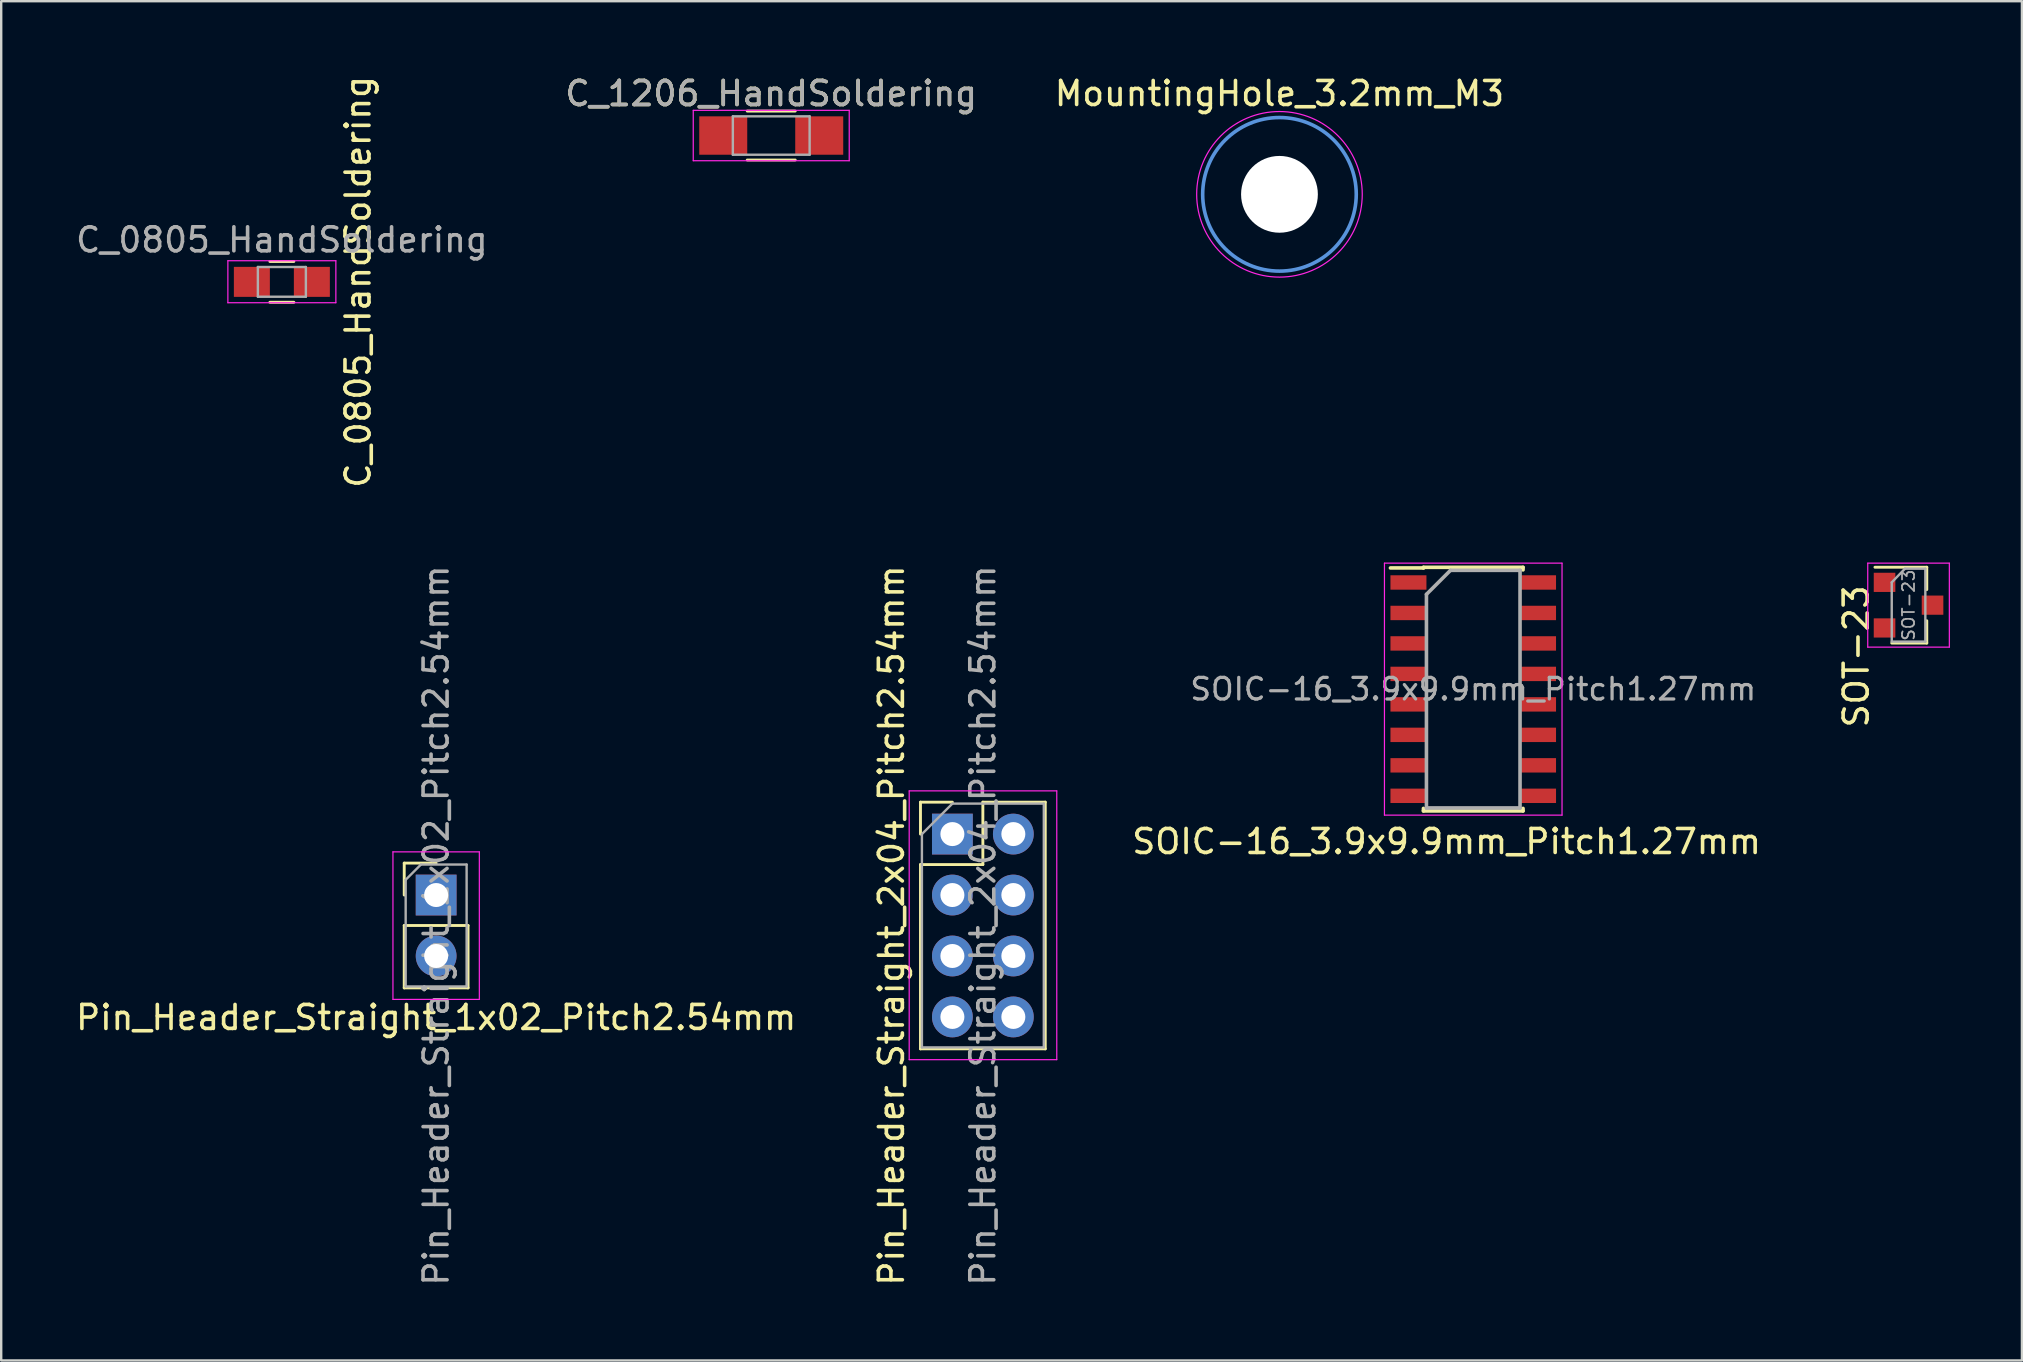
<source format=kicad_pcb>
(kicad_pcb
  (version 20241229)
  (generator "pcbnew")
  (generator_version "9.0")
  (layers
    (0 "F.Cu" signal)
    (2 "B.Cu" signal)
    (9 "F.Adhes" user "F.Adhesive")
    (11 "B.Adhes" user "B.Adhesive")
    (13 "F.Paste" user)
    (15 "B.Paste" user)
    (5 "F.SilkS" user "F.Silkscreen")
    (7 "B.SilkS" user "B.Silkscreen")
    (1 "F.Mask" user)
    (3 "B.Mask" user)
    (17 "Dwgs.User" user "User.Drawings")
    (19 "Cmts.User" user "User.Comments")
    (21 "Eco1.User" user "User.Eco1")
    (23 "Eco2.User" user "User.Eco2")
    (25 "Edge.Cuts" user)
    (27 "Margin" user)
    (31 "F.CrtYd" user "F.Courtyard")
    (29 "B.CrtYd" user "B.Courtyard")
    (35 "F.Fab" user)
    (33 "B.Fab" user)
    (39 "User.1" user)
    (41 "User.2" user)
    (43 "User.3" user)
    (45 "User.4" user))
  (footprint "Pin_Header_Straight_1x02_Pitch2.54mm"
    (layer "F.Cu")
    (at 15.125 34.248)
    (property "Reference" "Pin_Header_Straight_1x02_Pitch2.54mm" (at 0 5.104 0) (layer "F.SilkS") (effects (font (size 1 1) (thickness 0.15))))
    (attr through_hole)
    (fp_line (start -1.33 -1.33) (end 0 -1.33) (stroke (width 0.12) (type solid)) (layer "F.SilkS"))
    (fp_line (start -1.33 0) (end -1.33 -1.33) (stroke (width 0.12) (type solid)) (layer "F.SilkS"))
    (fp_line (start -1.33 1.27) (end -1.33 3.87) (stroke (width 0.12) (type solid)) (layer "F.SilkS"))
    (fp_line (start -1.33 1.27) (end 1.33 1.27) (stroke (width 0.12) (type solid)) (layer "F.SilkS"))
    (fp_line (start -1.33 3.87) (end 1.33 3.87) (stroke (width 0.12) (type solid)) (layer "F.SilkS"))
    (fp_line (start 1.33 1.27) (end 1.33 3.87) (stroke (width 0.12) (type solid)) (layer "F.SilkS"))
    (fp_line (start -1.8 -1.8) (end -1.8 4.35) (stroke (width 0.05) (type solid)) (layer "F.CrtYd"))
    (fp_line (start -1.8 4.35) (end 1.8 4.35) (stroke (width 0.05) (type solid)) (layer "F.CrtYd"))
    (fp_line (start 1.8 -1.8) (end -1.8 -1.8) (stroke (width 0.05) (type solid)) (layer "F.CrtYd"))
    (fp_line (start 1.8 4.35) (end 1.8 -1.8) (stroke (width 0.05) (type solid)) (layer "F.CrtYd"))
    (fp_line (start -1.27 -0.635) (end -0.635 -1.27) (stroke (width 0.1) (type solid)) (layer "F.Fab"))
    (fp_line (start -1.27 3.81) (end -1.27 -0.635) (stroke (width 0.1) (type solid)) (layer "F.Fab"))
    (fp_line (start -0.635 -1.27) (end 1.27 -1.27) (stroke (width 0.1) (type solid)) (layer "F.Fab"))
    (fp_line (start 1.27 -1.27) (end 1.27 3.81) (stroke (width 0.1) (type solid)) (layer "F.Fab"))
    (fp_line (start 1.27 3.81) (end -1.27 3.81) (stroke (width 0.1) (type solid)) (layer "F.Fab"))
    (fp_text user "${REFERENCE}" (at 0 1.27 90) (layer "F.Fab") (effects (font (size 1 1) (thickness 0.15))))
    (pad "1" thru_hole rect (at 0 0) (size 1.7 1.7) (drill 1) (layers "*.Cu" "*.Mask"))
    (pad "2" thru_hole oval (at 0 2.54) (size 1.7 1.7) (drill 1) (layers "*.Cu" "*.Mask")))
  (footprint "SOIC-16_3.9x9.9mm_Pitch1.27mm"
    (layer "F.Cu")
    (at 58.343 25.668)
    (property "Reference" "SOIC-16_3.9x9.9mm_Pitch1.27mm" (at -1.11 6.35 0) (layer "F.SilkS") (effects (font (size 1 1) (thickness 0.15))))
    (attr smd)
    (fp_line (start -2.075 -5.075) (end -2.075 -5.05) (stroke (width 0.15) (type solid)) (layer "F.SilkS"))
    (fp_line (start -2.075 -5.075) (end 2.075 -5.075) (stroke (width 0.15) (type solid)) (layer "F.SilkS"))
    (fp_line (start -2.075 -5.05) (end -3.45 -5.05) (stroke (width 0.15) (type solid)) (layer "F.SilkS"))
    (fp_line (start -2.075 5.075) (end -2.075 4.97) (stroke (width 0.15) (type solid)) (layer "F.SilkS"))
    (fp_line (start -2.075 5.075) (end 2.075 5.075) (stroke (width 0.15) (type solid)) (layer "F.SilkS"))
    (fp_line (start 2.075 -5.075) (end 2.075 -4.97) (stroke (width 0.15) (type solid)) (layer "F.SilkS"))
    (fp_line (start 2.075 5.075) (end 2.075 4.97) (stroke (width 0.15) (type solid)) (layer "F.SilkS"))
    (fp_line (start -3.7 -5.25) (end -3.7 5.25) (stroke (width 0.05) (type solid)) (layer "F.CrtYd"))
    (fp_line (start -3.7 -5.25) (end 3.7 -5.25) (stroke (width 0.05) (type solid)) (layer "F.CrtYd"))
    (fp_line (start -3.7 5.25) (end 3.7 5.25) (stroke (width 0.05) (type solid)) (layer "F.CrtYd"))
    (fp_line (start 3.7 -5.25) (end 3.7 5.25) (stroke (width 0.05) (type solid)) (layer "F.CrtYd"))
    (fp_line (start -1.95 -3.95) (end -0.95 -4.95) (stroke (width 0.15) (type solid)) (layer "F.Fab"))
    (fp_line (start -1.95 4.95) (end -1.95 -3.95) (stroke (width 0.15) (type solid)) (layer "F.Fab"))
    (fp_line (start -0.95 -4.95) (end 1.95 -4.95) (stroke (width 0.15) (type solid)) (layer "F.Fab"))
    (fp_line (start 1.95 -4.95) (end 1.95 4.95) (stroke (width 0.15) (type solid)) (layer "F.Fab"))
    (fp_line (start 1.95 4.95) (end -1.95 4.95) (stroke (width 0.15) (type solid)) (layer "F.Fab"))
    (fp_text user "${REFERENCE}" (at 0 0 0) (layer "F.Fab") (effects (font (size 0.9 0.9) (thickness 0.135))))
    (pad "1" smd rect (at -2.7 -4.445) (size 1.5 0.6) (layers "F.Cu" "F.Mask" "F.Paste"))
    (pad "2" smd rect (at -2.7 -3.175) (size 1.5 0.6) (layers "F.Cu" "F.Mask" "F.Paste"))
    (pad "3" smd rect (at -2.7 -1.905) (size 1.5 0.6) (layers "F.Cu" "F.Mask" "F.Paste"))
    (pad "4" smd rect (at -2.7 -0.635) (size 1.5 0.6) (layers "F.Cu" "F.Mask" "F.Paste"))
    (pad "5" smd rect (at -2.7 0.635) (size 1.5 0.6) (layers "F.Cu" "F.Mask" "F.Paste"))
    (pad "6" smd rect (at -2.7 1.905) (size 1.5 0.6) (layers "F.Cu" "F.Mask" "F.Paste"))
    (pad "7" smd rect (at -2.7 3.175) (size 1.5 0.6) (layers "F.Cu" "F.Mask" "F.Paste"))
    (pad "8" smd rect (at -2.7 4.445) (size 1.5 0.6) (layers "F.Cu" "F.Mask" "F.Paste"))
    (pad "9" smd rect (at 2.7 4.445) (size 1.5 0.6) (layers "F.Cu" "F.Mask" "F.Paste"))
    (pad "10" smd rect (at 2.7 3.175) (size 1.5 0.6) (layers "F.Cu" "F.Mask" "F.Paste"))
    (pad "11" smd rect (at 2.7 1.905) (size 1.5 0.6) (layers "F.Cu" "F.Mask" "F.Paste"))
    (pad "12" smd rect (at 2.7 0.635) (size 1.5 0.6) (layers "F.Cu" "F.Mask" "F.Paste"))
    (pad "13" smd rect (at 2.7 -0.635) (size 1.5 0.6) (layers "F.Cu" "F.Mask" "F.Paste"))
    (pad "14" smd rect (at 2.7 -1.905) (size 1.5 0.6) (layers "F.Cu" "F.Mask" "F.Paste"))
    (pad "15" smd rect (at 2.7 -3.175) (size 1.5 0.6) (layers "F.Cu" "F.Mask" "F.Paste"))
    (pad "16" smd rect (at 2.7 -4.445) (size 1.5 0.6) (layers "F.Cu" "F.Mask" "F.Paste")))
  (footprint "SOT-23"
    (layer "F.Cu")
    (at 76.483 22.168)
    (property "Reference" "SOT-23" (at -2.181 2.136 90) (layer "F.SilkS") (effects (font (size 1 1) (thickness 0.15))))
    (attr smd)
    (fp_line (start 0.76 -1.58) (end -1.4 -1.58) (stroke (width 0.12) (type solid)) (layer "F.SilkS"))
    (fp_line (start 0.76 -1.58) (end 0.76 -0.65) (stroke (width 0.12) (type solid)) (layer "F.SilkS"))
    (fp_line (start 0.76 1.58) (end -0.7 1.58) (stroke (width 0.12) (type solid)) (layer "F.SilkS"))
    (fp_line (start 0.76 1.58) (end 0.76 0.65) (stroke (width 0.12) (type solid)) (layer "F.SilkS"))
    (fp_line (start -1.7 -1.75) (end 1.7 -1.75) (stroke (width 0.05) (type solid)) (layer "F.CrtYd"))
    (fp_line (start -1.7 1.75) (end -1.7 -1.75) (stroke (width 0.05) (type solid)) (layer "F.CrtYd"))
    (fp_line (start 1.7 -1.75) (end 1.7 1.75) (stroke (width 0.05) (type solid)) (layer "F.CrtYd"))
    (fp_line (start 1.7 1.75) (end -1.7 1.75) (stroke (width 0.05) (type solid)) (layer "F.CrtYd"))
    (fp_line (start -0.7 -0.95) (end -0.7 1.5) (stroke (width 0.1) (type solid)) (layer "F.Fab"))
    (fp_line (start -0.7 -0.95) (end -0.15 -1.52) (stroke (width 0.1) (type solid)) (layer "F.Fab"))
    (fp_line (start -0.7 1.52) (end 0.7 1.52) (stroke (width 0.1) (type solid)) (layer "F.Fab"))
    (fp_line (start -0.15 -1.52) (end 0.7 -1.52) (stroke (width 0.1) (type solid)) (layer "F.Fab"))
    (fp_line (start 0.7 -1.52) (end 0.7 1.52) (stroke (width 0.1) (type solid)) (layer "F.Fab"))
    (fp_text user "${REFERENCE}" (at 0 0 90) (layer "F.Fab") (effects (font (size 0.5 0.5) (thickness 0.075))))
    (pad "1" smd rect (at -1 -0.95) (size 0.9 0.8) (layers "F.Cu" "F.Mask" "F.Paste"))
    (pad "2" smd rect (at -1 0.95) (size 0.9 0.8) (layers "F.Cu" "F.Mask" "F.Paste"))
    (pad "3" smd rect (at 1 0) (size 0.9 0.8) (layers "F.Cu" "F.Mask" "F.Paste")))
  (footprint "C_0805_HandSoldering"
    (layer "F.Cu")
    (at 8.696 8.696)
    (property "Reference" "C_0805_HandSoldering" (at 3.175 0 90) (layer "F.SilkS") (effects (font (size 1 1) (thickness 0.15))))
    (attr smd)
    (fp_line (start -0.5 0.85) (end 0.5 0.85) (stroke (width 0.12) (type solid)) (layer "F.SilkS"))
    (fp_line (start 0.5 -0.85) (end -0.5 -0.85) (stroke (width 0.12) (type solid)) (layer "F.SilkS"))
    (fp_line (start -2.25 -0.88) (end -2.25 0.87) (stroke (width 0.05) (type solid)) (layer "F.CrtYd"))
    (fp_line (start -2.25 -0.88) (end 2.25 -0.88) (stroke (width 0.05) (type solid)) (layer "F.CrtYd"))
    (fp_line (start 2.25 0.87) (end -2.25 0.87) (stroke (width 0.05) (type solid)) (layer "F.CrtYd"))
    (fp_line (start 2.25 0.87) (end 2.25 -0.88) (stroke (width 0.05) (type solid)) (layer "F.CrtYd"))
    (fp_line (start -1 -0.62) (end 1 -0.62) (stroke (width 0.1) (type solid)) (layer "F.Fab"))
    (fp_line (start -1 0.62) (end -1 -0.62) (stroke (width 0.1) (type solid)) (layer "F.Fab"))
    (fp_line (start 1 -0.62) (end 1 0.62) (stroke (width 0.1) (type solid)) (layer "F.Fab"))
    (fp_line (start 1 0.62) (end -1 0.62) (stroke (width 0.1) (type solid)) (layer "F.Fab"))
    (fp_text user "${REFERENCE}" (at 0 -1.75 0) (layer "F.Fab") (effects (font (size 1 1) (thickness 0.15))))
    (pad "1" smd rect (at -1.25 0) (size 1.5 1.25) (layers "F.Cu" "F.Mask" "F.Paste"))
    (pad "2" smd rect (at 1.25 0) (size 1.5 1.25) (layers "F.Cu" "F.Mask" "F.Paste")))
  (footprint "MountingHole_3.2mm_M3"
    (layer "F.Cu")
    (at 50.268 5.048)
    (property "Reference" "MountingHole_3.2mm_M3" (at 0 -4.2 0) (layer "F.SilkS") (effects (font (size 1 1) (thickness 0.15))))
    (attr through_hole)
    (fp_circle (center 0 0) (end 3.2 0) (stroke (width 0.15) (type solid)) (fill no) (layer "Cmts.User"))
    (fp_circle (center 0 0) (end 3.45 0) (stroke (width 0.05) (type solid)) (fill no) (layer "F.CrtYd"))
    (pad "" np_thru_hole circle (at 0 0) (size 3.2 3.2) (drill 3.2) (layers "*.Cu" "*.Mask")))
  (footprint "Pin_Header_Straight_2x04_Pitch2.54mm"
    (layer "F.Cu")
    (at 36.638 31.708)
    (property "Reference" "Pin_Header_Straight_2x04_Pitch2.54mm" (at -2.54 3.81 90) (layer "F.SilkS") (effects (font (size 1 1) (thickness 0.15))))
    (attr through_hole)
    (fp_line (start -1.33 -1.33) (end 0 -1.33) (stroke (width 0.12) (type solid)) (layer "F.SilkS"))
    (fp_line (start -1.33 0) (end -1.33 -1.33) (stroke (width 0.12) (type solid)) (layer "F.SilkS"))
    (fp_line (start -1.33 1.27) (end -1.33 8.95) (stroke (width 0.12) (type solid)) (layer "F.SilkS"))
    (fp_line (start -1.33 1.27) (end 1.27 1.27) (stroke (width 0.12) (type solid)) (layer "F.SilkS"))
    (fp_line (start -1.33 8.95) (end 3.87 8.95) (stroke (width 0.12) (type solid)) (layer "F.SilkS"))
    (fp_line (start 1.27 -1.33) (end 3.87 -1.33) (stroke (width 0.12) (type solid)) (layer "F.SilkS"))
    (fp_line (start 1.27 1.27) (end 1.27 -1.33) (stroke (width 0.12) (type solid)) (layer "F.SilkS"))
    (fp_line (start 3.87 -1.33) (end 3.87 8.95) (stroke (width 0.12) (type solid)) (layer "F.SilkS"))
    (fp_line (start -1.8 -1.8) (end -1.8 9.4) (stroke (width 0.05) (type solid)) (layer "F.CrtYd"))
    (fp_line (start -1.8 9.4) (end 4.35 9.4) (stroke (width 0.05) (type solid)) (layer "F.CrtYd"))
    (fp_line (start 4.35 -1.8) (end -1.8 -1.8) (stroke (width 0.05) (type solid)) (layer "F.CrtYd"))
    (fp_line (start 4.35 9.4) (end 4.35 -1.8) (stroke (width 0.05) (type solid)) (layer "F.CrtYd"))
    (fp_line (start -1.27 0) (end 0 -1.27) (stroke (width 0.1) (type solid)) (layer "F.Fab"))
    (fp_line (start -1.27 8.89) (end -1.27 0) (stroke (width 0.1) (type solid)) (layer "F.Fab"))
    (fp_line (start 0 -1.27) (end 3.81 -1.27) (stroke (width 0.1) (type solid)) (layer "F.Fab"))
    (fp_line (start 3.81 -1.27) (end 3.81 8.89) (stroke (width 0.1) (type solid)) (layer "F.Fab"))
    (fp_line (start 3.81 8.89) (end -1.27 8.89) (stroke (width 0.1) (type solid)) (layer "F.Fab"))
    (fp_text user "${REFERENCE}" (at 1.27 3.81 90) (layer "F.Fab") (effects (font (size 1 1) (thickness 0.15))))
    (pad "1" thru_hole rect (at 0 0) (size 1.7 1.7) (drill 1) (layers "*.Cu" "*.Mask"))
    (pad "2" thru_hole oval (at 2.54 0) (size 1.7 1.7) (drill 1) (layers "*.Cu" "*.Mask"))
    (pad "3" thru_hole oval (at 0 2.54) (size 1.7 1.7) (drill 1) (layers "*.Cu" "*.Mask"))
    (pad "4" thru_hole oval (at 2.54 2.54) (size 1.7 1.7) (drill 1) (layers "*.Cu" "*.Mask"))
    (pad "5" thru_hole oval (at 0 5.08) (size 1.7 1.7) (drill 1) (layers "*.Cu" "*.Mask"))
    (pad "6" thru_hole oval (at 2.54 5.08) (size 1.7 1.7) (drill 1) (layers "*.Cu" "*.Mask"))
    (pad "7" thru_hole oval (at 0 7.62) (size 1.7 1.7) (drill 1) (layers "*.Cu" "*.Mask"))
    (pad "8" thru_hole oval (at 2.54 7.62) (size 1.7 1.7) (drill 1) (layers "*.Cu" "*.Mask")))
  (footprint "C_1206_HandSoldering"
    (layer "F.Cu")
    (at 29.089 2.598)
    (property "Reference" "C_1206_HandSoldering" (at 0 -1.75 0) (layer "F.SilkS") (effects (font (size 1 1) (thickness 0.15))))
    (attr smd)
    (fp_line (start -1 1.02) (end 1 1.02) (stroke (width 0.12) (type solid)) (layer "F.SilkS"))
    (fp_line (start 1 -1.02) (end -1 -1.02) (stroke (width 0.12) (type solid)) (layer "F.SilkS"))
    (fp_line (start -3.25 -1.05) (end -3.25 1.05) (stroke (width 0.05) (type solid)) (layer "F.CrtYd"))
    (fp_line (start -3.25 -1.05) (end 3.25 -1.05) (stroke (width 0.05) (type solid)) (layer "F.CrtYd"))
    (fp_line (start 3.25 1.05) (end -3.25 1.05) (stroke (width 0.05) (type solid)) (layer "F.CrtYd"))
    (fp_line (start 3.25 1.05) (end 3.25 -1.05) (stroke (width 0.05) (type solid)) (layer "F.CrtYd"))
    (fp_line (start -1.6 -0.8) (end 1.6 -0.8) (stroke (width 0.1) (type solid)) (layer "F.Fab"))
    (fp_line (start -1.6 0.8) (end -1.6 -0.8) (stroke (width 0.1) (type solid)) (layer "F.Fab"))
    (fp_line (start 1.6 -0.8) (end 1.6 0.8) (stroke (width 0.1) (type solid)) (layer "F.Fab"))
    (fp_line (start 1.6 0.8) (end -1.6 0.8) (stroke (width 0.1) (type solid)) (layer "F.Fab"))
    (fp_text user "${REFERENCE}" (at 0 -1.75 0) (layer "F.Fab") (effects (font (size 1 1) (thickness 0.15))))
    (pad "1" smd rect (at -2 0) (size 2 1.6) (layers "F.Cu" "F.Mask" "F.Paste"))
    (pad "2" smd rect (at 2 0) (size 2 1.6) (layers "F.Cu" "F.Mask" "F.Paste")))
  (gr_rect
    (start -3 -3)
    (end 81.208 53.643)
    (stroke (width 0.1) (type default))
    (fill no)
    (layer "Edge.Cuts")))
</source>
